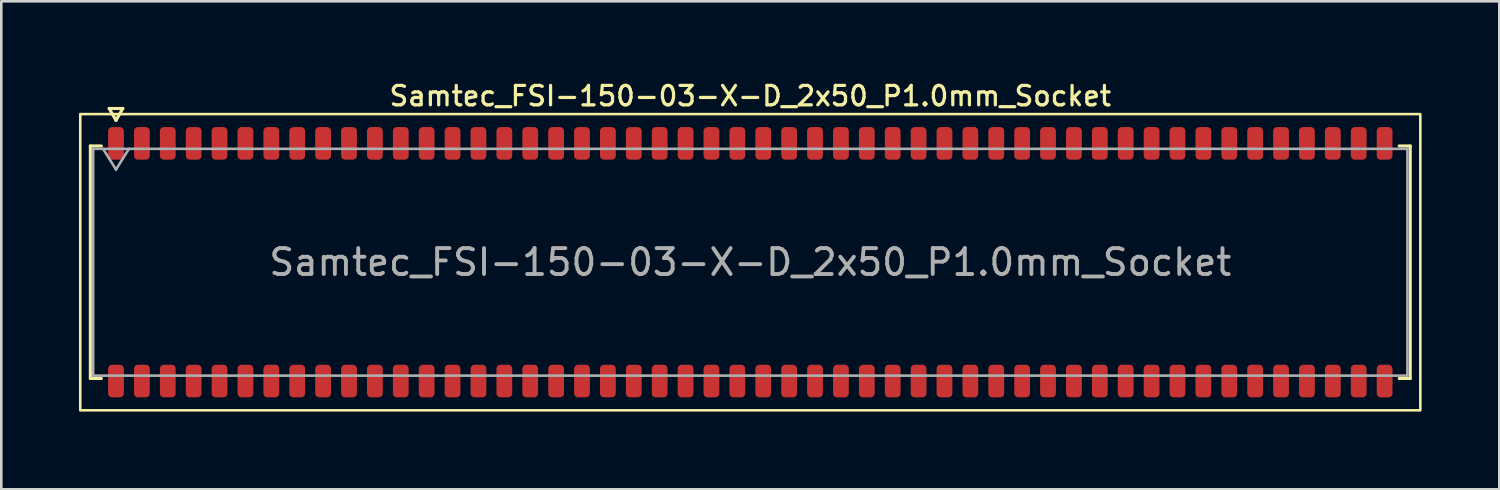
<source format=kicad_pcb>
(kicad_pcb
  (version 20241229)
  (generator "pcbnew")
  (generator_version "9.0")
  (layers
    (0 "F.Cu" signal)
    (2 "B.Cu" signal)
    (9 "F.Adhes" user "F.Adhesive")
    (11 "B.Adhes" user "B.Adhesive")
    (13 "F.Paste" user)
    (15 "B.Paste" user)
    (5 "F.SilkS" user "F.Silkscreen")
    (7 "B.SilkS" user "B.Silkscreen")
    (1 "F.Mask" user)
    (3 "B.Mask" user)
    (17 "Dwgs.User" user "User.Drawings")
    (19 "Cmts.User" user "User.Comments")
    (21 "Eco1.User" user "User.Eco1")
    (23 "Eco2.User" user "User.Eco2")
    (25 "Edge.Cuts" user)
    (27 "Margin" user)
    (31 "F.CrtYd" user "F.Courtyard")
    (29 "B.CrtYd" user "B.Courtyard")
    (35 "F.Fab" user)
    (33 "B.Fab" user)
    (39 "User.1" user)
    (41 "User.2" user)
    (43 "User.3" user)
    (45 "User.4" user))
  (footprint "Samtec_FSI-150-03-X-D_2x50_P1.0mm_Socket"
    (layer "F.Cu")
    (at 25.93 7.078)
    (property "Reference" "Samtec_FSI-150-03-X-D_2x50_P1.0mm_Socket" (at 0 -6.42 0) (layer "F.SilkS") (effects (font (size 0.75 0.75) (thickness 0.125))))
    (attr smd)
    (fp_line (start -25.49 -4.49) (end -25.065 -4.49) (stroke (width 0.12) (type solid)) (layer "F.SilkS"))
    (fp_line (start -25.49 4.49) (end -25.49 -4.49) (stroke (width 0.12) (type solid)) (layer "F.SilkS"))
    (fp_line (start -25.065 4.49) (end -25.49 4.49) (stroke (width 0.12) (type solid)) (layer "F.SilkS"))
    (fp_line (start -24.764 -5.938) (end -24.5 -5.48) (stroke (width 0.12) (type solid)) (layer "F.SilkS"))
    (fp_line (start -24.5 -5.48) (end -24.236 -5.938) (stroke (width 0.12) (type solid)) (layer "F.SilkS"))
    (fp_line (start -24.236 -5.938) (end -24.764 -5.938) (stroke (width 0.12) (type solid)) (layer "F.SilkS"))
    (fp_line (start 25.065 -4.49) (end 25.49 -4.49) (stroke (width 0.12) (type solid)) (layer "F.SilkS"))
    (fp_line (start 25.49 -4.49) (end 25.49 4.49) (stroke (width 0.12) (type solid)) (layer "F.SilkS"))
    (fp_line (start 25.49 4.49) (end 25.065 4.49) (stroke (width 0.12) (type solid)) (layer "F.SilkS"))
    (fp_rect (start -25.88 -5.72) (end 25.88 5.72) (stroke (width 0.1) (type solid)) (fill no) (layer "F.SilkS"))
    (fp_line (start -25.38 -4.38) (end 25.38 -4.38) (stroke (width 0.1) (type solid)) (layer "F.Fab"))
    (fp_line (start -25.38 4.38) (end -25.38 -4.38) (stroke (width 0.1) (type solid)) (layer "F.Fab"))
    (fp_line (start -25 -4.38) (end -24.5 -3.58) (stroke (width 0.1) (type solid)) (layer "F.Fab"))
    (fp_line (start -24.5 -3.58) (end -24 -4.38) (stroke (width 0.1) (type solid)) (layer "F.Fab"))
    (fp_line (start 25.38 -4.38) (end 25.38 4.38) (stroke (width 0.1) (type solid)) (layer "F.Fab"))
    (fp_line (start 25.38 4.38) (end -25.38 4.38) (stroke (width 0.1) (type solid)) (layer "F.Fab"))
    (fp_text user "${REFERENCE}" (at 0 0 0) (layer "F.Fab") (effects (font (size 1 1) (thickness 0.15))))
    (pad "1" smd roundrect (at -24.5 -4.59) (size 0.61 1.26) (layers "F.Cu" "F.Mask" "F.Paste") (roundrect_rratio 0.25))
    (pad "2" smd roundrect (at -24.5 4.59) (size 0.61 1.26) (layers "F.Cu" "F.Mask" "F.Paste") (roundrect_rratio 0.25))
    (pad "3" smd roundrect (at -23.5 -4.59) (size 0.61 1.26) (layers "F.Cu" "F.Mask" "F.Paste") (roundrect_rratio 0.25))
    (pad "4" smd roundrect (at -23.5 4.59) (size 0.61 1.26) (layers "F.Cu" "F.Mask" "F.Paste") (roundrect_rratio 0.25))
    (pad "5" smd roundrect (at -22.5 -4.59) (size 0.61 1.26) (layers "F.Cu" "F.Mask" "F.Paste") (roundrect_rratio 0.25))
    (pad "6" smd roundrect (at -22.5 4.59) (size 0.61 1.26) (layers "F.Cu" "F.Mask" "F.Paste") (roundrect_rratio 0.25))
    (pad "7" smd roundrect (at -21.5 -4.59) (size 0.61 1.26) (layers "F.Cu" "F.Mask" "F.Paste") (roundrect_rratio 0.25))
    (pad "8" smd roundrect (at -21.5 4.59) (size 0.61 1.26) (layers "F.Cu" "F.Mask" "F.Paste") (roundrect_rratio 0.25))
    (pad "9" smd roundrect (at -20.5 -4.59) (size 0.61 1.26) (layers "F.Cu" "F.Mask" "F.Paste") (roundrect_rratio 0.25))
    (pad "10" smd roundrect (at -20.5 4.59) (size 0.61 1.26) (layers "F.Cu" "F.Mask" "F.Paste") (roundrect_rratio 0.25))
    (pad "11" smd roundrect (at -19.5 -4.59) (size 0.61 1.26) (layers "F.Cu" "F.Mask" "F.Paste") (roundrect_rratio 0.25))
    (pad "12" smd roundrect (at -19.5 4.59) (size 0.61 1.26) (layers "F.Cu" "F.Mask" "F.Paste") (roundrect_rratio 0.25))
    (pad "13" smd roundrect (at -18.5 -4.59) (size 0.61 1.26) (layers "F.Cu" "F.Mask" "F.Paste") (roundrect_rratio 0.25))
    (pad "14" smd roundrect (at -18.5 4.59) (size 0.61 1.26) (layers "F.Cu" "F.Mask" "F.Paste") (roundrect_rratio 0.25))
    (pad "15" smd roundrect (at -17.5 -4.59) (size 0.61 1.26) (layers "F.Cu" "F.Mask" "F.Paste") (roundrect_rratio 0.25))
    (pad "16" smd roundrect (at -17.5 4.59) (size 0.61 1.26) (layers "F.Cu" "F.Mask" "F.Paste") (roundrect_rratio 0.25))
    (pad "17" smd roundrect (at -16.5 -4.59) (size 0.61 1.26) (layers "F.Cu" "F.Mask" "F.Paste") (roundrect_rratio 0.25))
    (pad "18" smd roundrect (at -16.5 4.59) (size 0.61 1.26) (layers "F.Cu" "F.Mask" "F.Paste") (roundrect_rratio 0.25))
    (pad "19" smd roundrect (at -15.5 -4.59) (size 0.61 1.26) (layers "F.Cu" "F.Mask" "F.Paste") (roundrect_rratio 0.25))
    (pad "20" smd roundrect (at -15.5 4.59) (size 0.61 1.26) (layers "F.Cu" "F.Mask" "F.Paste") (roundrect_rratio 0.25))
    (pad "21" smd roundrect (at -14.5 -4.59) (size 0.61 1.26) (layers "F.Cu" "F.Mask" "F.Paste") (roundrect_rratio 0.25))
    (pad "22" smd roundrect (at -14.5 4.59) (size 0.61 1.26) (layers "F.Cu" "F.Mask" "F.Paste") (roundrect_rratio 0.25))
    (pad "23" smd roundrect (at -13.5 -4.59) (size 0.61 1.26) (layers "F.Cu" "F.Mask" "F.Paste") (roundrect_rratio 0.25))
    (pad "24" smd roundrect (at -13.5 4.59) (size 0.61 1.26) (layers "F.Cu" "F.Mask" "F.Paste") (roundrect_rratio 0.25))
    (pad "25" smd roundrect (at -12.5 -4.59) (size 0.61 1.26) (layers "F.Cu" "F.Mask" "F.Paste") (roundrect_rratio 0.25))
    (pad "26" smd roundrect (at -12.5 4.59) (size 0.61 1.26) (layers "F.Cu" "F.Mask" "F.Paste") (roundrect_rratio 0.25))
    (pad "27" smd roundrect (at -11.5 -4.59) (size 0.61 1.26) (layers "F.Cu" "F.Mask" "F.Paste") (roundrect_rratio 0.25))
    (pad "28" smd roundrect (at -11.5 4.59) (size 0.61 1.26) (layers "F.Cu" "F.Mask" "F.Paste") (roundrect_rratio 0.25))
    (pad "29" smd roundrect (at -10.5 -4.59) (size 0.61 1.26) (layers "F.Cu" "F.Mask" "F.Paste") (roundrect_rratio 0.25))
    (pad "30" smd roundrect (at -10.5 4.59) (size 0.61 1.26) (layers "F.Cu" "F.Mask" "F.Paste") (roundrect_rratio 0.25))
    (pad "31" smd roundrect (at -9.5 -4.59) (size 0.61 1.26) (layers "F.Cu" "F.Mask" "F.Paste") (roundrect_rratio 0.25))
    (pad "32" smd roundrect (at -9.5 4.59) (size 0.61 1.26) (layers "F.Cu" "F.Mask" "F.Paste") (roundrect_rratio 0.25))
    (pad "33" smd roundrect (at -8.5 -4.59) (size 0.61 1.26) (layers "F.Cu" "F.Mask" "F.Paste") (roundrect_rratio 0.25))
    (pad "34" smd roundrect (at -8.5 4.59) (size 0.61 1.26) (layers "F.Cu" "F.Mask" "F.Paste") (roundrect_rratio 0.25))
    (pad "35" smd roundrect (at -7.5 -4.59) (size 0.61 1.26) (layers "F.Cu" "F.Mask" "F.Paste") (roundrect_rratio 0.25))
    (pad "36" smd roundrect (at -7.5 4.59) (size 0.61 1.26) (layers "F.Cu" "F.Mask" "F.Paste") (roundrect_rratio 0.25))
    (pad "37" smd roundrect (at -6.5 -4.59) (size 0.61 1.26) (layers "F.Cu" "F.Mask" "F.Paste") (roundrect_rratio 0.25))
    (pad "38" smd roundrect (at -6.5 4.59) (size 0.61 1.26) (layers "F.Cu" "F.Mask" "F.Paste") (roundrect_rratio 0.25))
    (pad "39" smd roundrect (at -5.5 -4.59) (size 0.61 1.26) (layers "F.Cu" "F.Mask" "F.Paste") (roundrect_rratio 0.25))
    (pad "40" smd roundrect (at -5.5 4.59) (size 0.61 1.26) (layers "F.Cu" "F.Mask" "F.Paste") (roundrect_rratio 0.25))
    (pad "41" smd roundrect (at -4.5 -4.59) (size 0.61 1.26) (layers "F.Cu" "F.Mask" "F.Paste") (roundrect_rratio 0.25))
    (pad "42" smd roundrect (at -4.5 4.59) (size 0.61 1.26) (layers "F.Cu" "F.Mask" "F.Paste") (roundrect_rratio 0.25))
    (pad "43" smd roundrect (at -3.5 -4.59) (size 0.61 1.26) (layers "F.Cu" "F.Mask" "F.Paste") (roundrect_rratio 0.25))
    (pad "44" smd roundrect (at -3.5 4.59) (size 0.61 1.26) (layers "F.Cu" "F.Mask" "F.Paste") (roundrect_rratio 0.25))
    (pad "45" smd roundrect (at -2.5 -4.59) (size 0.61 1.26) (layers "F.Cu" "F.Mask" "F.Paste") (roundrect_rratio 0.25))
    (pad "46" smd roundrect (at -2.5 4.59) (size 0.61 1.26) (layers "F.Cu" "F.Mask" "F.Paste") (roundrect_rratio 0.25))
    (pad "47" smd roundrect (at -1.5 -4.59) (size 0.61 1.26) (layers "F.Cu" "F.Mask" "F.Paste") (roundrect_rratio 0.25))
    (pad "48" smd roundrect (at -1.5 4.59) (size 0.61 1.26) (layers "F.Cu" "F.Mask" "F.Paste") (roundrect_rratio 0.25))
    (pad "49" smd roundrect (at -0.5 -4.59) (size 0.61 1.26) (layers "F.Cu" "F.Mask" "F.Paste") (roundrect_rratio 0.25))
    (pad "50" smd roundrect (at -0.5 4.59) (size 0.61 1.26) (layers "F.Cu" "F.Mask" "F.Paste") (roundrect_rratio 0.25))
    (pad "51" smd roundrect (at 0.5 -4.59) (size 0.61 1.26) (layers "F.Cu" "F.Mask" "F.Paste") (roundrect_rratio 0.25))
    (pad "52" smd roundrect (at 0.5 4.59) (size 0.61 1.26) (layers "F.Cu" "F.Mask" "F.Paste") (roundrect_rratio 0.25))
    (pad "53" smd roundrect (at 1.5 -4.59) (size 0.61 1.26) (layers "F.Cu" "F.Mask" "F.Paste") (roundrect_rratio 0.25))
    (pad "54" smd roundrect (at 1.5 4.59) (size 0.61 1.26) (layers "F.Cu" "F.Mask" "F.Paste") (roundrect_rratio 0.25))
    (pad "55" smd roundrect (at 2.5 -4.59) (size 0.61 1.26) (layers "F.Cu" "F.Mask" "F.Paste") (roundrect_rratio 0.25))
    (pad "56" smd roundrect (at 2.5 4.59) (size 0.61 1.26) (layers "F.Cu" "F.Mask" "F.Paste") (roundrect_rratio 0.25))
    (pad "57" smd roundrect (at 3.5 -4.59) (size 0.61 1.26) (layers "F.Cu" "F.Mask" "F.Paste") (roundrect_rratio 0.25))
    (pad "58" smd roundrect (at 3.5 4.59) (size 0.61 1.26) (layers "F.Cu" "F.Mask" "F.Paste") (roundrect_rratio 0.25))
    (pad "59" smd roundrect (at 4.5 -4.59) (size 0.61 1.26) (layers "F.Cu" "F.Mask" "F.Paste") (roundrect_rratio 0.25))
    (pad "60" smd roundrect (at 4.5 4.59) (size 0.61 1.26) (layers "F.Cu" "F.Mask" "F.Paste") (roundrect_rratio 0.25))
    (pad "61" smd roundrect (at 5.5 -4.59) (size 0.61 1.26) (layers "F.Cu" "F.Mask" "F.Paste") (roundrect_rratio 0.25))
    (pad "62" smd roundrect (at 5.5 4.59) (size 0.61 1.26) (layers "F.Cu" "F.Mask" "F.Paste") (roundrect_rratio 0.25))
    (pad "63" smd roundrect (at 6.5 -4.59) (size 0.61 1.26) (layers "F.Cu" "F.Mask" "F.Paste") (roundrect_rratio 0.25))
    (pad "64" smd roundrect (at 6.5 4.59) (size 0.61 1.26) (layers "F.Cu" "F.Mask" "F.Paste") (roundrect_rratio 0.25))
    (pad "65" smd roundrect (at 7.5 -4.59) (size 0.61 1.26) (layers "F.Cu" "F.Mask" "F.Paste") (roundrect_rratio 0.25))
    (pad "66" smd roundrect (at 7.5 4.59) (size 0.61 1.26) (layers "F.Cu" "F.Mask" "F.Paste") (roundrect_rratio 0.25))
    (pad "67" smd roundrect (at 8.5 -4.59) (size 0.61 1.26) (layers "F.Cu" "F.Mask" "F.Paste") (roundrect_rratio 0.25))
    (pad "68" smd roundrect (at 8.5 4.59) (size 0.61 1.26) (layers "F.Cu" "F.Mask" "F.Paste") (roundrect_rratio 0.25))
    (pad "69" smd roundrect (at 9.5 -4.59) (size 0.61 1.26) (layers "F.Cu" "F.Mask" "F.Paste") (roundrect_rratio 0.25))
    (pad "70" smd roundrect (at 9.5 4.59) (size 0.61 1.26) (layers "F.Cu" "F.Mask" "F.Paste") (roundrect_rratio 0.25))
    (pad "71" smd roundrect (at 10.5 -4.59) (size 0.61 1.26) (layers "F.Cu" "F.Mask" "F.Paste") (roundrect_rratio 0.25))
    (pad "72" smd roundrect (at 10.5 4.59) (size 0.61 1.26) (layers "F.Cu" "F.Mask" "F.Paste") (roundrect_rratio 0.25))
    (pad "73" smd roundrect (at 11.5 -4.59) (size 0.61 1.26) (layers "F.Cu" "F.Mask" "F.Paste") (roundrect_rratio 0.25))
    (pad "74" smd roundrect (at 11.5 4.59) (size 0.61 1.26) (layers "F.Cu" "F.Mask" "F.Paste") (roundrect_rratio 0.25))
    (pad "75" smd roundrect (at 12.5 -4.59) (size 0.61 1.26) (layers "F.Cu" "F.Mask" "F.Paste") (roundrect_rratio 0.25))
    (pad "76" smd roundrect (at 12.5 4.59) (size 0.61 1.26) (layers "F.Cu" "F.Mask" "F.Paste") (roundrect_rratio 0.25))
    (pad "77" smd roundrect (at 13.5 -4.59) (size 0.61 1.26) (layers "F.Cu" "F.Mask" "F.Paste") (roundrect_rratio 0.25))
    (pad "78" smd roundrect (at 13.5 4.59) (size 0.61 1.26) (layers "F.Cu" "F.Mask" "F.Paste") (roundrect_rratio 0.25))
    (pad "79" smd roundrect (at 14.5 -4.59) (size 0.61 1.26) (layers "F.Cu" "F.Mask" "F.Paste") (roundrect_rratio 0.25))
    (pad "80" smd roundrect (at 14.5 4.59) (size 0.61 1.26) (layers "F.Cu" "F.Mask" "F.Paste") (roundrect_rratio 0.25))
    (pad "81" smd roundrect (at 15.5 -4.59) (size 0.61 1.26) (layers "F.Cu" "F.Mask" "F.Paste") (roundrect_rratio 0.25))
    (pad "82" smd roundrect (at 15.5 4.59) (size 0.61 1.26) (layers "F.Cu" "F.Mask" "F.Paste") (roundrect_rratio 0.25))
    (pad "83" smd roundrect (at 16.5 -4.59) (size 0.61 1.26) (layers "F.Cu" "F.Mask" "F.Paste") (roundrect_rratio 0.25))
    (pad "84" smd roundrect (at 16.5 4.59) (size 0.61 1.26) (layers "F.Cu" "F.Mask" "F.Paste") (roundrect_rratio 0.25))
    (pad "85" smd roundrect (at 17.5 -4.59) (size 0.61 1.26) (layers "F.Cu" "F.Mask" "F.Paste") (roundrect_rratio 0.25))
    (pad "86" smd roundrect (at 17.5 4.59) (size 0.61 1.26) (layers "F.Cu" "F.Mask" "F.Paste") (roundrect_rratio 0.25))
    (pad "87" smd roundrect (at 18.5 -4.59) (size 0.61 1.26) (layers "F.Cu" "F.Mask" "F.Paste") (roundrect_rratio 0.25))
    (pad "88" smd roundrect (at 18.5 4.59) (size 0.61 1.26) (layers "F.Cu" "F.Mask" "F.Paste") (roundrect_rratio 0.25))
    (pad "89" smd roundrect (at 19.5 -4.59) (size 0.61 1.26) (layers "F.Cu" "F.Mask" "F.Paste") (roundrect_rratio 0.25))
    (pad "90" smd roundrect (at 19.5 4.59) (size 0.61 1.26) (layers "F.Cu" "F.Mask" "F.Paste") (roundrect_rratio 0.25))
    (pad "91" smd roundrect (at 20.5 -4.59) (size 0.61 1.26) (layers "F.Cu" "F.Mask" "F.Paste") (roundrect_rratio 0.25))
    (pad "92" smd roundrect (at 20.5 4.59) (size 0.61 1.26) (layers "F.Cu" "F.Mask" "F.Paste") (roundrect_rratio 0.25))
    (pad "93" smd roundrect (at 21.5 -4.59) (size 0.61 1.26) (layers "F.Cu" "F.Mask" "F.Paste") (roundrect_rratio 0.25))
    (pad "94" smd roundrect (at 21.5 4.59) (size 0.61 1.26) (layers "F.Cu" "F.Mask" "F.Paste") (roundrect_rratio 0.25))
    (pad "95" smd roundrect (at 22.5 -4.59) (size 0.61 1.26) (layers "F.Cu" "F.Mask" "F.Paste") (roundrect_rratio 0.25))
    (pad "96" smd roundrect (at 22.5 4.59) (size 0.61 1.26) (layers "F.Cu" "F.Mask" "F.Paste") (roundrect_rratio 0.25))
    (pad "97" smd roundrect (at 23.5 -4.59) (size 0.61 1.26) (layers "F.Cu" "F.Mask" "F.Paste") (roundrect_rratio 0.25))
    (pad "98" smd roundrect (at 23.5 4.59) (size 0.61 1.26) (layers "F.Cu" "F.Mask" "F.Paste") (roundrect_rratio 0.25))
    (pad "99" smd roundrect (at 24.5 -4.59) (size 0.61 1.26) (layers "F.Cu" "F.Mask" "F.Paste") (roundrect_rratio 0.25))
    (pad "100" smd roundrect (at 24.5 4.59) (size 0.61 1.26) (layers "F.Cu" "F.Mask" "F.Paste") (roundrect_rratio 0.25)))
  (gr_rect
    (start -3 -3)
    (end 54.86 15.848)
    (stroke (width 0.1) (type default))
    (fill no)
    (layer "Edge.Cuts")))
</source>
